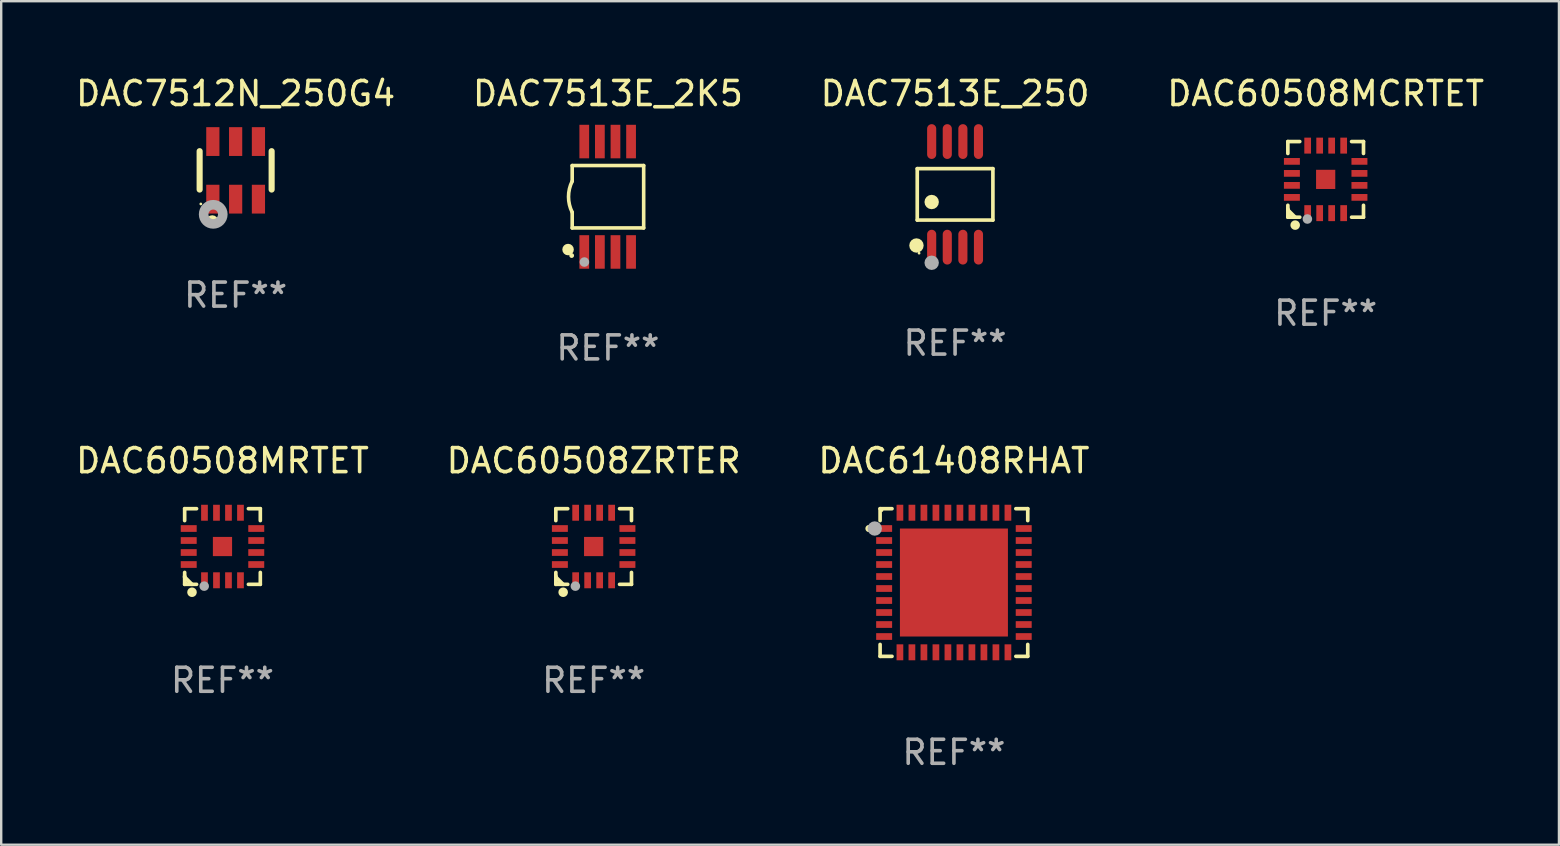
<source format=kicad_pcb>
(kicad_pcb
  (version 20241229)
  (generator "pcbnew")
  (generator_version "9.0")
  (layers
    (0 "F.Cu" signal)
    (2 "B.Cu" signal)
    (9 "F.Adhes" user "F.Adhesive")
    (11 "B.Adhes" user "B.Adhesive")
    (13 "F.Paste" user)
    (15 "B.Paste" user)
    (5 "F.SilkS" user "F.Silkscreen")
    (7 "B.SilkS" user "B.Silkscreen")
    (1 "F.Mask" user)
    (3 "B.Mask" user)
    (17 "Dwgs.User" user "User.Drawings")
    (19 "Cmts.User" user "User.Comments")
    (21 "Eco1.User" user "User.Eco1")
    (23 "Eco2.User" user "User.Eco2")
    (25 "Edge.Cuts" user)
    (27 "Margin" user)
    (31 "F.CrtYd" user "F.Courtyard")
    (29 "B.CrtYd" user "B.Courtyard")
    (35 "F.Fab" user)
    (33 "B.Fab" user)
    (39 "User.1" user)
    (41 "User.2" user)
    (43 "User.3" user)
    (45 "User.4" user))
  (footprint "DAC7513E_250"
    (layer "F.Cu")
    (at 36.744 5.048)
    (property "Reference" "DAC7513E_250" (at 0 -4.2 0) (layer "F.SilkS") (effects (font (size 1 1) (thickness 0.15))))
    (attr through_hole)
    (fp_line (start -1.576 -1.071) (end 1.576 -1.071) (stroke (width 0.152) (type solid)) (layer "F.SilkS"))
    (fp_line (start -1.576 1.071) (end -1.576 -1.071) (stroke (width 0.152) (type solid)) (layer "F.SilkS"))
    (fp_line (start 1.576 -1.071) (end 1.576 1.071) (stroke (width 0.152) (type solid)) (layer "F.SilkS"))
    (fp_line (start 1.576 1.071) (end -1.576 1.071) (stroke (width 0.152) (type solid)) (layer "F.SilkS"))
    (fp_circle (center -1.609 2.131) (end -1.459 2.131) (stroke (width 0.3) (type solid)) (fill no) (layer "F.SilkS"))
    (fp_circle (center -1.5 2.45) (end -1.47 2.45) (stroke (width 0.06) (type solid)) (fill no) (layer "F.SilkS"))
    (fp_circle (center -0.975 0.319) (end -0.825 0.319) (stroke (width 0.3) (type solid)) (fill no) (layer "F.SilkS"))
    (fp_circle (center -0.975 2.85) (end -0.825 2.85) (stroke (width 0.3) (type solid)) (fill no) (layer "F.Fab"))
    (fp_text user "REF**" (at 0 6.2 0) (layer "F.Fab") (effects (font (size 1 1) (thickness 0.15))))
    (pad "1" smd oval (at -0.975 2.2) (size 0.38 1.45) (layers "F.Cu" "F.Mask" "F.Paste"))
    (pad "2" smd oval (at -0.325 2.2) (size 0.38 1.45) (layers "F.Cu" "F.Mask" "F.Paste"))
    (pad "3" smd oval (at 0.325 2.2) (size 0.38 1.45) (layers "F.Cu" "F.Mask" "F.Paste"))
    (pad "4" smd oval (at 0.975 2.2) (size 0.38 1.45) (layers "F.Cu" "F.Mask" "F.Paste"))
    (pad "5" smd oval (at 0.975 -2.2) (size 0.38 1.45) (layers "F.Cu" "F.Mask" "F.Paste"))
    (pad "6" smd oval (at 0.325 -2.2) (size 0.38 1.45) (layers "F.Cu" "F.Mask" "F.Paste"))
    (pad "7" smd oval (at -0.325 -2.2) (size 0.38 1.45) (layers "F.Cu" "F.Mask" "F.Paste"))
    (pad "8" smd oval (at -0.975 -2.2) (size 0.38 1.45) (layers "F.Cu" "F.Mask" "F.Paste")))
  (footprint "DAC7513E_2K5"
    (layer "F.Cu")
    (at 22.28 5.148)
    (property "Reference" "DAC7513E_2K5" (at 0 -4.3 0) (layer "F.SilkS") (effects (font (size 1 1) (thickness 0.15))))
    (attr through_hole)
    (fp_line (start -1.489 -1.3) (end -1.489 -0.648) (stroke (width 0.15) (type solid)) (layer "F.SilkS"))
    (fp_line (start -1.489 0.648) (end -1.489 1.3) (stroke (width 0.15) (type solid)) (layer "F.SilkS"))
    (fp_line (start -1.489 1.3) (end 1.489 1.3) (stroke (width 0.15) (type solid)) (layer "F.SilkS"))
    (fp_line (start 1.489 -1.3) (end -1.489 -1.3) (stroke (width 0.15) (type solid)) (layer "F.SilkS"))
    (fp_line (start 1.489 1.3) (end 1.489 -1.3) (stroke (width 0.15) (type solid)) (layer "F.SilkS"))
    (fp_arc (start -1.489205 0.647702) (mid -1.642107 0) (end -1.489205 -0.647701) (stroke (width 0.150013) (type solid)) (layer "F.SilkS"))
    (fp_circle (center -1.661 2.2) (end -1.541 2.2) (stroke (width 0.24) (type solid)) (fill no) (layer "F.SilkS"))
    (fp_circle (center -1.511 2.45) (end -1.461 2.45) (stroke (width 0.1) (type solid)) (fill no) (layer "F.SilkS"))
    (fp_circle (center -0.981 2.72) (end -0.881 2.72) (stroke (width 0.2) (type solid)) (fill no) (layer "F.Fab"))
    (fp_text user "REF**" (at 0 6.3 0) (layer "F.Fab") (effects (font (size 1 1) (thickness 0.15))))
    (pad "1" smd rect (at -0.986 2.3) (size 0.406 1.397) (layers "F.Cu" "F.Mask" "F.Paste"))
    (pad "2" smd rect (at -0.336 2.3) (size 0.406 1.397) (layers "F.Cu" "F.Mask" "F.Paste"))
    (pad "3" smd rect (at 0.314 2.3) (size 0.406 1.397) (layers "F.Cu" "F.Mask" "F.Paste"))
    (pad "4" smd rect (at 0.964 2.3) (size 0.406 1.397) (layers "F.Cu" "F.Mask" "F.Paste"))
    (pad "5" smd rect (at 0.964 -2.3) (size 0.406 1.397) (layers "F.Cu" "F.Mask" "F.Paste"))
    (pad "6" smd rect (at 0.314 -2.3) (size 0.406 1.397) (layers "F.Cu" "F.Mask" "F.Paste"))
    (pad "7" smd rect (at -0.336 -2.3) (size 0.406 1.397) (layers "F.Cu" "F.Mask" "F.Paste"))
    (pad "8" smd rect (at -0.986 -2.3) (size 0.406 1.397) (layers "F.Cu" "F.Mask" "F.Paste")))
  (footprint "DAC61408RHAT"
    (layer "F.Cu")
    (at 36.696 21.221)
    (property "Reference" "DAC61408RHAT" (at 0 -5.076 0) (layer "F.SilkS") (effects (font (size 1 1) (thickness 0.15))))
    (attr through_hole)
    (fp_line (start -3.076 -3.076) (end -3.076 -2.58) (stroke (width 0.152) (type solid)) (layer "F.SilkS"))
    (fp_line (start -3.076 3.076) (end -3.076 2.58) (stroke (width 0.152) (type solid)) (layer "F.SilkS"))
    (fp_line (start -2.58 -3.076) (end -3.076 -3.076) (stroke (width 0.152) (type solid)) (layer "F.SilkS"))
    (fp_line (start -2.58 3.076) (end -3.076 3.076) (stroke (width 0.152) (type solid)) (layer "F.SilkS"))
    (fp_line (start 2.58 -3.076) (end 3.076 -3.076) (stroke (width 0.152) (type solid)) (layer "F.SilkS"))
    (fp_line (start 2.58 3.076) (end 3.076 3.076) (stroke (width 0.152) (type solid)) (layer "F.SilkS"))
    (fp_line (start 3.076 -3.076) (end 3.076 -2.58) (stroke (width 0.152) (type solid)) (layer "F.SilkS"))
    (fp_line (start 3.076 3.076) (end 3.076 2.58) (stroke (width 0.152) (type solid)) (layer "F.SilkS"))
    (fp_circle (center -3.54 -2.25) (end -3.465 -2.25) (stroke (width 0.15) (type solid)) (fill no) (layer "F.SilkS"))
    (fp_circle (center -3 -3) (end -2.97 -3) (stroke (width 0.06) (type solid)) (fill no) (layer "F.SilkS"))
    (fp_circle (center -3.3 -2.25) (end -3.15 -2.25) (stroke (width 0.3) (type solid)) (fill no) (layer "F.Fab"))
    (fp_text user "REF**" (at 0 7.076 0) (layer "F.Fab") (effects (font (size 1 1) (thickness 0.15))))
    (pad "1" smd rect (at -2.908 -2.25) (size 0.665 0.28) (layers "F.Cu" "F.Mask" "F.Paste"))
    (pad "2" smd rect (at -2.908 -1.75) (size 0.665 0.28) (layers "F.Cu" "F.Mask" "F.Paste"))
    (pad "3" smd rect (at -2.908 -1.25) (size 0.665 0.28) (layers "F.Cu" "F.Mask" "F.Paste"))
    (pad "4" smd rect (at -2.908 -0.75) (size 0.665 0.28) (layers "F.Cu" "F.Mask" "F.Paste"))
    (pad "5" smd rect (at -2.908 -0.25) (size 0.665 0.28) (layers "F.Cu" "F.Mask" "F.Paste"))
    (pad "6" smd rect (at -2.908 0.25) (size 0.665 0.28) (layers "F.Cu" "F.Mask" "F.Paste"))
    (pad "7" smd rect (at -2.908 0.75) (size 0.665 0.28) (layers "F.Cu" "F.Mask" "F.Paste"))
    (pad "8" smd rect (at -2.908 1.25) (size 0.665 0.28) (layers "F.Cu" "F.Mask" "F.Paste"))
    (pad "9" smd rect (at -2.908 1.75) (size 0.665 0.28) (layers "F.Cu" "F.Mask" "F.Paste"))
    (pad "10" smd rect (at -2.908 2.25) (size 0.665 0.28) (layers "F.Cu" "F.Mask" "F.Paste"))
    (pad "11" smd rect (at -2.25 2.908) (size 0.28 0.665) (layers "F.Cu" "F.Mask" "F.Paste"))
    (pad "12" smd rect (at -1.75 2.908) (size 0.28 0.665) (layers "F.Cu" "F.Mask" "F.Paste"))
    (pad "13" smd rect (at -1.25 2.908) (size 0.28 0.665) (layers "F.Cu" "F.Mask" "F.Paste"))
    (pad "14" smd rect (at -0.75 2.908) (size 0.28 0.665) (layers "F.Cu" "F.Mask" "F.Paste"))
    (pad "15" smd rect (at -0.25 2.908) (size 0.28 0.665) (layers "F.Cu" "F.Mask" "F.Paste"))
    (pad "16" smd rect (at 0.25 2.908) (size 0.28 0.665) (layers "F.Cu" "F.Mask" "F.Paste"))
    (pad "17" smd rect (at 0.75 2.908) (size 0.28 0.665) (layers "F.Cu" "F.Mask" "F.Paste"))
    (pad "18" smd rect (at 1.25 2.908) (size 0.28 0.665) (layers "F.Cu" "F.Mask" "F.Paste"))
    (pad "19" smd rect (at 1.75 2.908) (size 0.28 0.665) (layers "F.Cu" "F.Mask" "F.Paste"))
    (pad "20" smd rect (at 2.25 2.908) (size 0.28 0.665) (layers "F.Cu" "F.Mask" "F.Paste"))
    (pad "21" smd rect (at 2.908 2.25) (size 0.665 0.28) (layers "F.Cu" "F.Mask" "F.Paste"))
    (pad "22" smd rect (at 2.908 1.75) (size 0.665 0.28) (layers "F.Cu" "F.Mask" "F.Paste"))
    (pad "23" smd rect (at 2.908 1.25) (size 0.665 0.28) (layers "F.Cu" "F.Mask" "F.Paste"))
    (pad "24" smd rect (at 2.908 0.75) (size 0.665 0.28) (layers "F.Cu" "F.Mask" "F.Paste"))
    (pad "25" smd rect (at 2.908 0.25) (size 0.665 0.28) (layers "F.Cu" "F.Mask" "F.Paste"))
    (pad "26" smd rect (at 2.908 -0.25) (size 0.665 0.28) (layers "F.Cu" "F.Mask" "F.Paste"))
    (pad "27" smd rect (at 2.908 -0.75) (size 0.665 0.28) (layers "F.Cu" "F.Mask" "F.Paste"))
    (pad "28" smd rect (at 2.908 -1.25) (size 0.665 0.28) (layers "F.Cu" "F.Mask" "F.Paste"))
    (pad "29" smd rect (at 2.908 -1.75) (size 0.665 0.28) (layers "F.Cu" "F.Mask" "F.Paste"))
    (pad "30" smd rect (at 2.908 -2.25) (size 0.665 0.28) (layers "F.Cu" "F.Mask" "F.Paste"))
    (pad "31" smd rect (at 2.25 -2.908) (size 0.28 0.665) (layers "F.Cu" "F.Mask" "F.Paste"))
    (pad "32" smd rect (at 1.75 -2.908) (size 0.28 0.665) (layers "F.Cu" "F.Mask" "F.Paste"))
    (pad "33" smd rect (at 1.25 -2.908) (size 0.28 0.665) (layers "F.Cu" "F.Mask" "F.Paste"))
    (pad "34" smd rect (at 0.75 -2.908) (size 0.28 0.665) (layers "F.Cu" "F.Mask" "F.Paste"))
    (pad "35" smd rect (at 0.25 -2.908) (size 0.28 0.665) (layers "F.Cu" "F.Mask" "F.Paste"))
    (pad "36" smd rect (at -0.25 -2.908) (size 0.28 0.665) (layers "F.Cu" "F.Mask" "F.Paste"))
    (pad "37" smd rect (at -0.75 -2.908) (size 0.28 0.665) (layers "F.Cu" "F.Mask" "F.Paste"))
    (pad "38" smd rect (at -1.25 -2.908) (size 0.28 0.665) (layers "F.Cu" "F.Mask" "F.Paste"))
    (pad "39" smd rect (at -1.75 -2.908) (size 0.28 0.665) (layers "F.Cu" "F.Mask" "F.Paste"))
    (pad "40" smd rect (at -2.25 -2.908) (size 0.28 0.665) (layers "F.Cu" "F.Mask" "F.Paste"))
    (pad "41" smd rect (at 0 0) (size 4.5 4.5) (layers "F.Cu" "F.Mask" "F.Paste")))
  (footprint "DAC60508MRTET"
    (layer "F.Cu")
    (at 6.22 19.721)
    (property "Reference" "DAC60508MRTET" (at 0 -3.576 0) (layer "F.SilkS") (effects (font (size 1 1) (thickness 0.15))))
    (attr through_hole)
    (fp_line (start -1.576 -1.576) (end -1.08 -1.576) (stroke (width 0.152) (type solid)) (layer "F.SilkS"))
    (fp_line (start -1.576 -1.08) (end -1.576 -1.576) (stroke (width 0.152) (type solid)) (layer "F.SilkS"))
    (fp_line (start -1.576 1.08) (end -1.576 1.576) (stroke (width 0.152) (type solid)) (layer "F.SilkS"))
    (fp_line (start -1.576 1.232) (end -1.576 1.272) (stroke (width 0.152) (type solid)) (layer "F.SilkS"))
    (fp_line (start -1.576 1.272) (end -1.272 1.576) (stroke (width 0.152) (type solid)) (layer "F.SilkS"))
    (fp_line (start -1.576 1.576) (end -1.08 1.576) (stroke (width 0.152) (type solid)) (layer "F.SilkS"))
    (fp_line (start 1.576 -1.576) (end 1.08 -1.576) (stroke (width 0.152) (type solid)) (layer "F.SilkS"))
    (fp_line (start 1.576 -1.08) (end 1.576 -1.576) (stroke (width 0.152) (type solid)) (layer "F.SilkS"))
    (fp_line (start 1.576 1.08) (end 1.576 1.576) (stroke (width 0.152) (type solid)) (layer "F.SilkS"))
    (fp_line (start 1.576 1.576) (end 1.08 1.576) (stroke (width 0.152) (type solid)) (layer "F.SilkS"))
    (fp_circle (center -1.5 1.5) (end -1.47 1.5) (stroke (width 0.06) (type solid)) (fill no) (layer "F.SilkS"))
    (fp_circle (center -1.27 1.905) (end -1.17 1.905) (stroke (width 0.2) (type solid)) (fill no) (layer "F.SilkS"))
    (fp_circle (center -0.762 1.651) (end -0.662 1.651) (stroke (width 0.2) (type solid)) (fill no) (layer "F.Fab"))
    (fp_text user "REF**" (at 0 5.576 0) (layer "F.Fab") (effects (font (size 1 1) (thickness 0.15))))
    (pad "1" smd rect (at -0.75 1.407) (size 0.28 0.665) (layers "F.Cu" "F.Mask" "F.Paste"))
    (pad "2" smd rect (at -0.25 1.407) (size 0.28 0.665) (layers "F.Cu" "F.Mask" "F.Paste"))
    (pad "3" smd rect (at 0.25 1.407) (size 0.28 0.665) (layers "F.Cu" "F.Mask" "F.Paste"))
    (pad "4" smd rect (at 0.75 1.407) (size 0.28 0.665) (layers "F.Cu" "F.Mask" "F.Paste"))
    (pad "5" smd rect (at 1.407 0.75) (size 0.665 0.28) (layers "F.Cu" "F.Mask" "F.Paste"))
    (pad "6" smd rect (at 1.407 0.25) (size 0.665 0.28) (layers "F.Cu" "F.Mask" "F.Paste"))
    (pad "7" smd rect (at 1.407 -0.25) (size 0.665 0.28) (layers "F.Cu" "F.Mask" "F.Paste"))
    (pad "8" smd rect (at 1.407 -0.75) (size 0.665 0.28) (layers "F.Cu" "F.Mask" "F.Paste"))
    (pad "9" smd rect (at 0.75 -1.407) (size 0.28 0.665) (layers "F.Cu" "F.Mask" "F.Paste"))
    (pad "10" smd rect (at 0.25 -1.407) (size 0.28 0.665) (layers "F.Cu" "F.Mask" "F.Paste"))
    (pad "11" smd rect (at -0.25 -1.407) (size 0.28 0.665) (layers "F.Cu" "F.Mask" "F.Paste"))
    (pad "12" smd rect (at -0.75 -1.407) (size 0.28 0.665) (layers "F.Cu" "F.Mask" "F.Paste"))
    (pad "13" smd rect (at -1.407 -0.75) (size 0.665 0.28) (layers "F.Cu" "F.Mask" "F.Paste"))
    (pad "14" smd rect (at -1.407 -0.25) (size 0.665 0.28) (layers "F.Cu" "F.Mask" "F.Paste"))
    (pad "15" smd rect (at -1.407 0.25) (size 0.665 0.28) (layers "F.Cu" "F.Mask" "F.Paste"))
    (pad "16" smd rect (at -1.407 0.75) (size 0.665 0.28) (layers "F.Cu" "F.Mask" "F.Paste"))
    (pad "17" smd rect (at 0 0) (size 0.8 0.8) (layers "F.Cu" "F.Mask" "F.Paste")))
  (footprint "DAC60508MCRTET"
    (layer "F.Cu")
    (at 52.185 4.424)
    (property "Reference" "DAC60508MCRTET" (at 0 -3.576 0) (layer "F.SilkS") (effects (font (size 1 1) (thickness 0.15))))
    (attr through_hole)
    (fp_line (start -1.576 -1.576) (end -1.08 -1.576) (stroke (width 0.152) (type solid)) (layer "F.SilkS"))
    (fp_line (start -1.576 -1.08) (end -1.576 -1.576) (stroke (width 0.152) (type solid)) (layer "F.SilkS"))
    (fp_line (start -1.576 1.08) (end -1.576 1.576) (stroke (width 0.152) (type solid)) (layer "F.SilkS"))
    (fp_line (start -1.576 1.232) (end -1.576 1.272) (stroke (width 0.152) (type solid)) (layer "F.SilkS"))
    (fp_line (start -1.576 1.272) (end -1.272 1.576) (stroke (width 0.152) (type solid)) (layer "F.SilkS"))
    (fp_line (start -1.576 1.576) (end -1.08 1.576) (stroke (width 0.152) (type solid)) (layer "F.SilkS"))
    (fp_line (start 1.576 -1.576) (end 1.08 -1.576) (stroke (width 0.152) (type solid)) (layer "F.SilkS"))
    (fp_line (start 1.576 -1.08) (end 1.576 -1.576) (stroke (width 0.152) (type solid)) (layer "F.SilkS"))
    (fp_line (start 1.576 1.08) (end 1.576 1.576) (stroke (width 0.152) (type solid)) (layer "F.SilkS"))
    (fp_line (start 1.576 1.576) (end 1.08 1.576) (stroke (width 0.152) (type solid)) (layer "F.SilkS"))
    (fp_circle (center -1.5 1.5) (end -1.47 1.5) (stroke (width 0.06) (type solid)) (fill no) (layer "F.SilkS"))
    (fp_circle (center -1.27 1.905) (end -1.17 1.905) (stroke (width 0.2) (type solid)) (fill no) (layer "F.SilkS"))
    (fp_circle (center -0.762 1.651) (end -0.662 1.651) (stroke (width 0.2) (type solid)) (fill no) (layer "F.Fab"))
    (fp_text user "REF**" (at 0 5.576 0) (layer "F.Fab") (effects (font (size 1 1) (thickness 0.15))))
    (pad "1" smd rect (at -0.75 1.407) (size 0.28 0.665) (layers "F.Cu" "F.Mask" "F.Paste"))
    (pad "2" smd rect (at -0.25 1.407) (size 0.28 0.665) (layers "F.Cu" "F.Mask" "F.Paste"))
    (pad "3" smd rect (at 0.25 1.407) (size 0.28 0.665) (layers "F.Cu" "F.Mask" "F.Paste"))
    (pad "4" smd rect (at 0.75 1.407) (size 0.28 0.665) (layers "F.Cu" "F.Mask" "F.Paste"))
    (pad "5" smd rect (at 1.407 0.75) (size 0.665 0.28) (layers "F.Cu" "F.Mask" "F.Paste"))
    (pad "6" smd rect (at 1.407 0.25) (size 0.665 0.28) (layers "F.Cu" "F.Mask" "F.Paste"))
    (pad "7" smd rect (at 1.407 -0.25) (size 0.665 0.28) (layers "F.Cu" "F.Mask" "F.Paste"))
    (pad "8" smd rect (at 1.407 -0.75) (size 0.665 0.28) (layers "F.Cu" "F.Mask" "F.Paste"))
    (pad "9" smd rect (at 0.75 -1.407) (size 0.28 0.665) (layers "F.Cu" "F.Mask" "F.Paste"))
    (pad "10" smd rect (at 0.25 -1.407) (size 0.28 0.665) (layers "F.Cu" "F.Mask" "F.Paste"))
    (pad "11" smd rect (at -0.25 -1.407) (size 0.28 0.665) (layers "F.Cu" "F.Mask" "F.Paste"))
    (pad "12" smd rect (at -0.75 -1.407) (size 0.28 0.665) (layers "F.Cu" "F.Mask" "F.Paste"))
    (pad "13" smd rect (at -1.407 -0.75) (size 0.665 0.28) (layers "F.Cu" "F.Mask" "F.Paste"))
    (pad "14" smd rect (at -1.407 -0.25) (size 0.665 0.28) (layers "F.Cu" "F.Mask" "F.Paste"))
    (pad "15" smd rect (at -1.407 0.25) (size 0.665 0.28) (layers "F.Cu" "F.Mask" "F.Paste"))
    (pad "16" smd rect (at -1.407 0.75) (size 0.665 0.28) (layers "F.Cu" "F.Mask" "F.Paste"))
    (pad "17" smd rect (at 0 0) (size 0.8 0.8) (layers "F.Cu" "F.Mask" "F.Paste")))
  (footprint "DAC7512N_250G4"
    (layer "F.Cu")
    (at 6.768 4.048)
    (property "Reference" "DAC7512N_250G4" (at 0 -3.2 0) (layer "F.SilkS") (effects (font (size 1 1) (thickness 0.15))))
    (attr through_hole)
    (fp_line (start -1.5 0.8) (end -1.5 -0.8) (stroke (width 0.254) (type solid)) (layer "F.SilkS"))
    (fp_line (start 1.5 -0.8) (end 1.5 0.8) (stroke (width 0.254) (type solid)) (layer "F.SilkS"))
    (fp_circle (center -1.45 1.4) (end -1.42 1.4) (stroke (width 0.06) (type solid)) (fill no) (layer "F.SilkS"))
    (fp_circle (center -0.975 2.125) (end -0.848 2.125) (stroke (width 0.254) (type solid)) (fill no) (layer "F.SilkS"))
    (fp_circle (center -0.934 1.832) (end -0.735 1.832) (stroke (width 0.4) (type solid)) (fill no) (layer "F.Fab"))
    (fp_text user "REF**" (at 0 5.2 0) (layer "F.Fab") (effects (font (size 1 1) (thickness 0.15))))
    (pad "1" smd rect (at -0.95 1.2) (size 0.55 1.2) (layers "F.Cu" "F.Mask" "F.Paste"))
    (pad "2" smd rect (at 0 1.2) (size 0.55 1.2) (layers "F.Cu" "F.Mask" "F.Paste"))
    (pad "3" smd rect (at 0.95 1.2) (size 0.55 1.2) (layers "F.Cu" "F.Mask" "F.Paste"))
    (pad "4" smd rect (at 0.95 -1.2) (size 0.55 1.2) (layers "F.Cu" "F.Mask" "F.Paste"))
    (pad "5" smd rect (at 0 -1.2) (size 0.55 1.2) (layers "F.Cu" "F.Mask" "F.Paste"))
    (pad "6" smd rect (at -0.95 -1.2) (size 0.55 1.2) (layers "F.Cu" "F.Mask" "F.Paste")))
  (footprint "DAC60508ZRTER"
    (layer "F.Cu")
    (at 21.685 19.721)
    (property "Reference" "DAC60508ZRTER" (at 0 -3.576 0) (layer "F.SilkS") (effects (font (size 1 1) (thickness 0.15))))
    (attr through_hole)
    (fp_line (start -1.576 -1.576) (end -1.08 -1.576) (stroke (width 0.152) (type solid)) (layer "F.SilkS"))
    (fp_line (start -1.576 -1.08) (end -1.576 -1.576) (stroke (width 0.152) (type solid)) (layer "F.SilkS"))
    (fp_line (start -1.576 1.08) (end -1.576 1.576) (stroke (width 0.152) (type solid)) (layer "F.SilkS"))
    (fp_line (start -1.576 1.232) (end -1.576 1.272) (stroke (width 0.152) (type solid)) (layer "F.SilkS"))
    (fp_line (start -1.576 1.272) (end -1.272 1.576) (stroke (width 0.152) (type solid)) (layer "F.SilkS"))
    (fp_line (start -1.576 1.576) (end -1.08 1.576) (stroke (width 0.152) (type solid)) (layer "F.SilkS"))
    (fp_line (start 1.576 -1.576) (end 1.08 -1.576) (stroke (width 0.152) (type solid)) (layer "F.SilkS"))
    (fp_line (start 1.576 -1.08) (end 1.576 -1.576) (stroke (width 0.152) (type solid)) (layer "F.SilkS"))
    (fp_line (start 1.576 1.08) (end 1.576 1.576) (stroke (width 0.152) (type solid)) (layer "F.SilkS"))
    (fp_line (start 1.576 1.576) (end 1.08 1.576) (stroke (width 0.152) (type solid)) (layer "F.SilkS"))
    (fp_circle (center -1.5 1.5) (end -1.47 1.5) (stroke (width 0.06) (type solid)) (fill no) (layer "F.SilkS"))
    (fp_circle (center -1.27 1.905) (end -1.17 1.905) (stroke (width 0.2) (type solid)) (fill no) (layer "F.SilkS"))
    (fp_circle (center -0.762 1.651) (end -0.662 1.651) (stroke (width 0.2) (type solid)) (fill no) (layer "F.Fab"))
    (fp_text user "REF**" (at 0 5.576 0) (layer "F.Fab") (effects (font (size 1 1) (thickness 0.15))))
    (pad "1" smd rect (at -0.75 1.407) (size 0.28 0.665) (layers "F.Cu" "F.Mask" "F.Paste"))
    (pad "2" smd rect (at -0.25 1.407) (size 0.28 0.665) (layers "F.Cu" "F.Mask" "F.Paste"))
    (pad "3" smd rect (at 0.25 1.407) (size 0.28 0.665) (layers "F.Cu" "F.Mask" "F.Paste"))
    (pad "4" smd rect (at 0.75 1.407) (size 0.28 0.665) (layers "F.Cu" "F.Mask" "F.Paste"))
    (pad "5" smd rect (at 1.407 0.75) (size 0.665 0.28) (layers "F.Cu" "F.Mask" "F.Paste"))
    (pad "6" smd rect (at 1.407 0.25) (size 0.665 0.28) (layers "F.Cu" "F.Mask" "F.Paste"))
    (pad "7" smd rect (at 1.407 -0.25) (size 0.665 0.28) (layers "F.Cu" "F.Mask" "F.Paste"))
    (pad "8" smd rect (at 1.407 -0.75) (size 0.665 0.28) (layers "F.Cu" "F.Mask" "F.Paste"))
    (pad "9" smd rect (at 0.75 -1.407) (size 0.28 0.665) (layers "F.Cu" "F.Mask" "F.Paste"))
    (pad "10" smd rect (at 0.25 -1.407) (size 0.28 0.665) (layers "F.Cu" "F.Mask" "F.Paste"))
    (pad "11" smd rect (at -0.25 -1.407) (size 0.28 0.665) (layers "F.Cu" "F.Mask" "F.Paste"))
    (pad "12" smd rect (at -0.75 -1.407) (size 0.28 0.665) (layers "F.Cu" "F.Mask" "F.Paste"))
    (pad "13" smd rect (at -1.407 -0.75) (size 0.665 0.28) (layers "F.Cu" "F.Mask" "F.Paste"))
    (pad "14" smd rect (at -1.407 -0.25) (size 0.665 0.28) (layers "F.Cu" "F.Mask" "F.Paste"))
    (pad "15" smd rect (at -1.407 0.25) (size 0.665 0.28) (layers "F.Cu" "F.Mask" "F.Paste"))
    (pad "16" smd rect (at -1.407 0.75) (size 0.665 0.28) (layers "F.Cu" "F.Mask" "F.Paste"))
    (pad "17" smd rect (at 0 0) (size 0.8 0.8) (layers "F.Cu" "F.Mask" "F.Paste")))
  (gr_rect
    (start -3 -3)
    (end 61.905 32.145)
    (stroke (width 0.1) (type default))
    (fill no)
    (layer "Edge.Cuts")))
</source>
